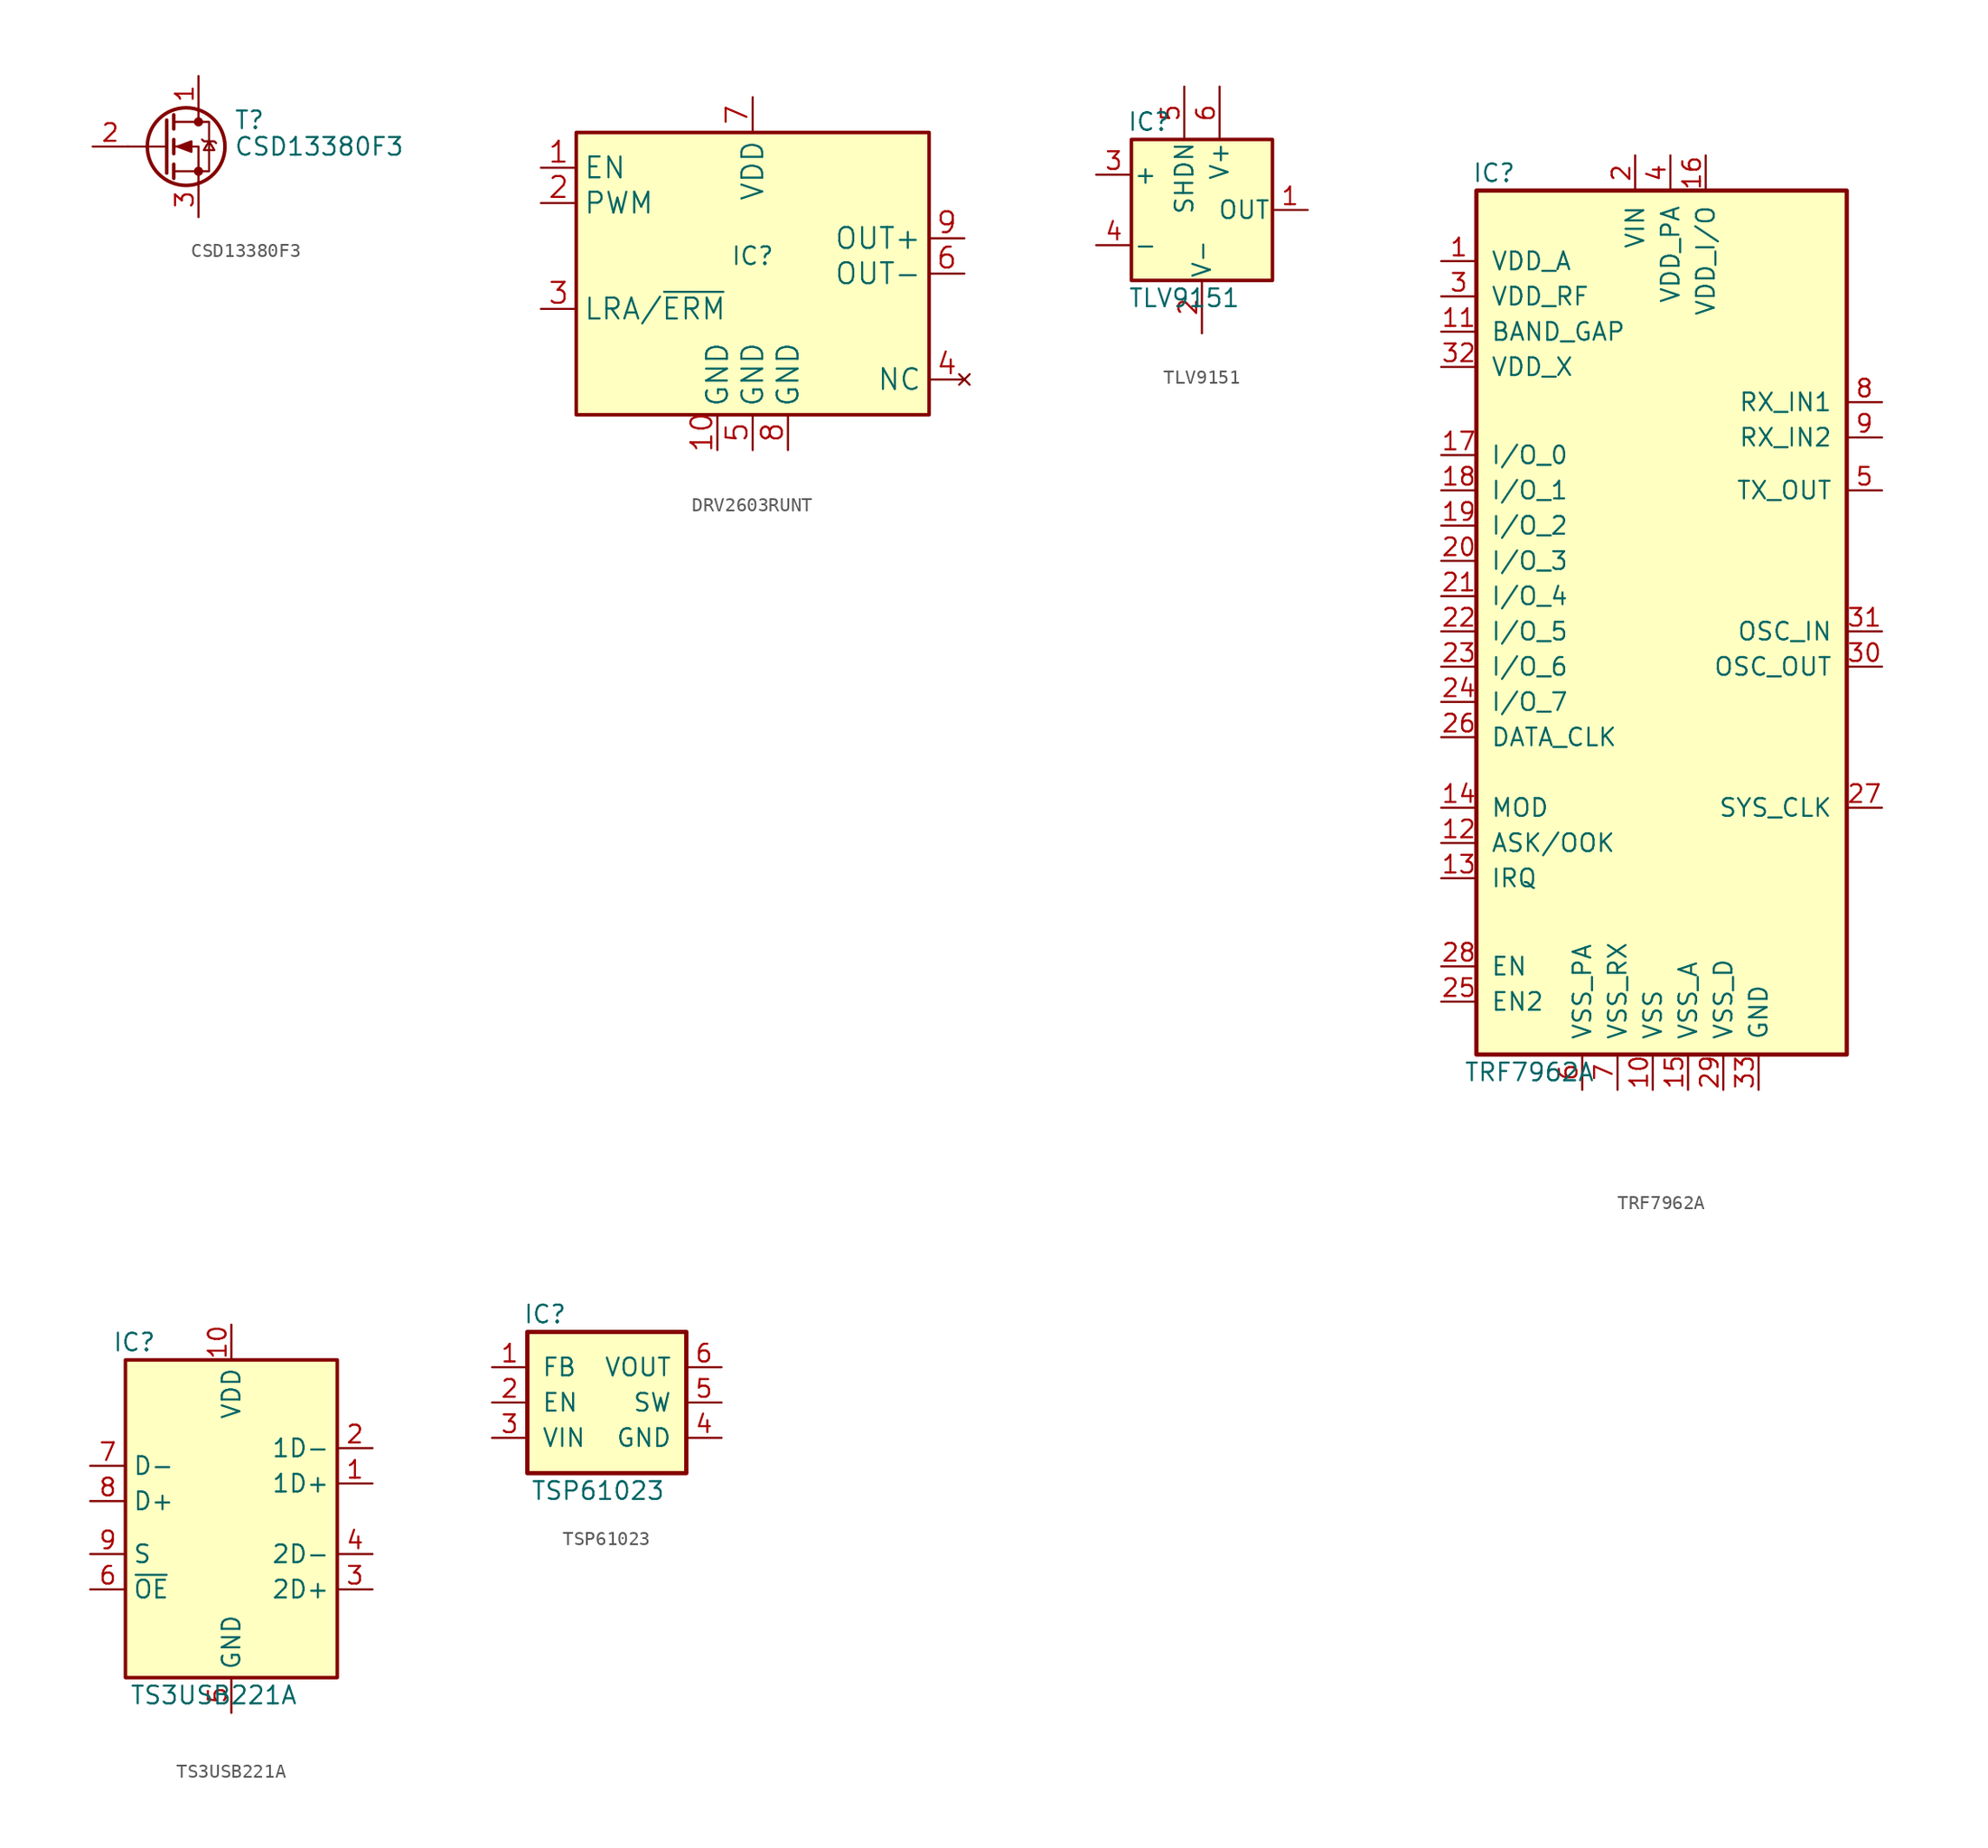
<source format=kicad_sym>
(kicad_symbol_lib
  (version 20220914)
  (generator kicad_symbol_editor)
  (symbol "CSD13380F3"
    (pin_names hide)
    (property "Reference" "T"
      (at 5.08 1.905 0)
      (effects (font (size 1.27 1.27)) (justify left)))
    (property "Value" "CSD13380F3"
      (at 5.08 0 0)
      (effects (font (size 1.27 1.27)) (justify left)))
    (symbol "CSD13380F3_0_1"
      (polyline (pts (xy 0.254 0) (xy -2.54 0)) (stroke (width 0) (type solid)) (fill (type none)))
      (polyline (pts (xy 0.254 1.905) (xy 0.254 -1.905)) (stroke (width 0.254) (type solid)) (fill (type none)))
      (polyline (pts (xy 0.762 -1.27) (xy 0.762 -2.286)) (stroke (width 0.254) (type solid)) (fill (type none)))
      (polyline (pts (xy 0.762 0.508) (xy 0.762 -0.508)) (stroke (width 0.254) (type solid)) (fill (type none)))
      (polyline (pts (xy 0.762 2.286) (xy 0.762 1.27)) (stroke (width 0.254) (type solid)) (fill (type none)))
      (polyline (pts (xy 2.54 2.54) (xy 2.54 1.778)) (stroke (width 0) (type solid)) (fill (type none)))
      (polyline (pts (xy 2.54 -2.54) (xy 2.54 0) (xy 0.762 0)) (stroke (width 0) (type solid)) (fill (type none)))
      (polyline (pts (xy 0.762 -1.778) (xy 3.302 -1.778) (xy 3.302 1.778) (xy 0.762 1.778)) (stroke (width 0) (type solid)) (fill (type none)))
      (polyline (pts (xy 1.016 0) (xy 2.032 0.381) (xy 2.032 -0.381) (xy 1.016 0)) (stroke (width 0) (type solid)) (fill (type outline)))
      (polyline (pts (xy 2.794 0.508) (xy 2.921 0.381) (xy 3.683 0.381) (xy 3.81 0.254)) (stroke (width 0) (type solid)) (fill (type none)))
      (polyline (pts (xy 3.302 0.381) (xy 2.921 -0.254) (xy 3.683 -0.254) (xy 3.302 0.381)) (stroke (width 0) (type solid)) (fill (type none)))
      (circle (center 1.651 0) (radius 2.794) (stroke (width 0.254) (type solid)) (fill (type none)))
      (circle (center 2.54 -1.778) (radius 0.254) (stroke (width 0) (type solid)) (fill (type outline)))
      (circle (center 2.54 1.778) (radius 0.254) (stroke (width 0) (type solid)) (fill (type outline))))
    (symbol "CSD13380F3_1_1"
      (pin passive line (at 2.54 5.08 270) (length 2.54) (name "D" (effects (font (size 1.27 1.27)))) (number "1" (effects (font (size 1.27 1.27)))))
      (pin passive line (at -5.08 0 0) (length 2.54) (name "G" (effects (font (size 1.27 1.27)))) (number "2" (effects (font (size 1.27 1.27)))))
      (pin passive line (at 2.54 -5.08 90) (length 2.54) (name "S" (effects (font (size 1.27 1.27)))) (number "3" (effects (font (size 1.27 1.27)))))))
  (symbol "DRV2603RUNT"
    (property "Reference" "IC"
      (at 0 0 0)
      (effects (font (size 1.27 1.27))))
    (property "Value" ""
      (at 0 0 0)
      (effects (font (size 1.27 1.27))))
    (symbol "DRV2603RUNT_1_1"
      (rectangle (start -12.7 8.89) (end 12.7 -11.43) (stroke (width 0.254) (type default)) (fill (type background)))
      (pin input line (at -15.24 6.35 0) (length 2.54) (name "EN" (effects (font (size 1.499 1.499)))) (number "1" (effects (font (size 1.499 1.499)))))
      (pin power_in line (at -2.54 -13.97 90) (length 2.54) (name "GND" (effects (font (size 1.499 1.499)))) (number "10" (effects (font (size 1.499 1.499)))))
      (pin input line (at -15.24 3.81 0) (length 2.54) (name "PWM" (effects (font (size 1.499 1.499)))) (number "2" (effects (font (size 1.499 1.499)))))
      (pin input line (at -15.24 -3.81 0) (length 2.54) (name "LRA/~{ERM}" (effects (font (size 1.499 1.499)))) (number "3" (effects (font (size 1.499 1.499)))))
      (pin no_connect line (at 15.24 -8.89 180) (length 2.54) (name "NC" (effects (font (size 1.499 1.499)))) (number "4" (effects (font (size 1.499 1.499)))))
      (pin power_in line (at 0 -13.97 90) (length 2.54) (name "GND" (effects (font (size 1.499 1.499)))) (number "5" (effects (font (size 1.499 1.499)))))
      (pin output line (at 15.24 -1.27 180) (length 2.54) (name "OUT-" (effects (font (size 1.499 1.499)))) (number "6" (effects (font (size 1.499 1.499)))))
      (pin power_in line (at 0 11.43 270) (length 2.54) (name "VDD" (effects (font (size 1.499 1.499)))) (number "7" (effects (font (size 1.499 1.499)))))
      (pin power_in line (at 2.54 -13.97 90) (length 2.54) (name "GND" (effects (font (size 1.499 1.499)))) (number "8" (effects (font (size 1.499 1.499)))))
      (pin output line (at 15.24 1.27 180) (length 2.54) (name "OUT+" (effects (font (size 1.499 1.499)))) (number "9" (effects (font (size 1.499 1.499)))))))
  (symbol "TLV9151"
    (pin_names
      (offset 0.127))
    (property "Reference" "IC"
      (at -1.27 6.35 0)
      (effects (font (size 1.27 1.27))))
    (property "Value" "TLV9151"
      (at 1.27 -6.35 0)
      (effects (font (size 1.27 1.27))))
    (symbol "TLV9151_0_1"
      (rectangle (start -2.54 5.08) (end 7.62 -5.08) (stroke (width 0.254) (type solid)) (fill (type background))))
    (symbol "TLV9151_1_1"
      (pin output line (at 10.16 0 180) (length 2.54) (name "OUT" (effects (font (size 1.27 1.27)))) (number "1" (effects (font (size 1.27 1.27)))))
      (pin power_in line (at 2.54 -8.89 90) (length 3.81) (name "V-" (effects (font (size 1.27 1.27)))) (number "2" (effects (font (size 1.27 1.27)))))
      (pin input line (at -5.08 2.54 0) (length 2.54) (name "+" (effects (font (size 1.27 1.27)))) (number "3" (effects (font (size 1.27 1.27)))))
      (pin input line (at -5.08 -2.54 0) (length 2.54) (name "-" (effects (font (size 1.27 1.27)))) (number "4" (effects (font (size 1.27 1.27)))))
      (pin input line (at 1.27 8.89 270) (length 3.81) (name "SHDN" (effects (font (size 1.27 1.27)))) (number "5" (effects (font (size 1.27 1.27)))))
      (pin power_in line (at 3.81 8.89 270) (length 3.81) (name "V+" (effects (font (size 1.27 1.27)))) (number "6" (effects (font (size 1.27 1.27)))))))
  (symbol "TRF7962A"
    (pin_names
      (offset 1.016))
    (property "Reference" "IC"
      (at -12.7 31.75 0)
      (effects (font (size 1.27 1.27))))
    (property "Value" "TRF7962A"
      (at -10.16 -33.02 0)
      (effects (font (size 1.27 1.27))))
    (symbol "TRF7962A_1_1"
      (rectangle (start -13.97 -31.75) (end 12.7 30.48) (stroke (width 0.305) (type solid)) (fill (type background)))
      (pin power_out line (at -16.51 25.4 0) (length 2.54) (name "VDD_A" (effects (font (size 1.27 1.27)))) (number "1" (effects (font (size 1.27 1.27)))))
      (pin passive line (at -1.27 -34.29 90) (length 2.54) (name "VSS" (effects (font (size 1.27 1.27)))) (number "10" (effects (font (size 1.27 1.27)))))
      (pin power_out line (at -16.51 20.32 0) (length 2.54) (name "BAND_GAP" (effects (font (size 1.27 1.27)))) (number "11" (effects (font (size 1.27 1.27)))))
      (pin bidirectional line (at -16.51 -16.51 0) (length 2.54) (name "ASK/OOK" (effects (font (size 1.27 1.27)))) (number "12" (effects (font (size 1.27 1.27)))))
      (pin output line (at -16.51 -19.05 0) (length 2.54) (name "IRQ" (effects (font (size 1.27 1.27)))) (number "13" (effects (font (size 1.27 1.27)))))
      (pin bidirectional line (at -16.51 -13.97 0) (length 2.54) (name "MOD" (effects (font (size 1.27 1.27)))) (number "14" (effects (font (size 1.27 1.27)))))
      (pin passive line (at 1.27 -34.29 90) (length 2.54) (name "VSS_A" (effects (font (size 1.27 1.27)))) (number "15" (effects (font (size 1.27 1.27)))))
      (pin power_in line (at 2.54 33.02 270) (length 2.54) (name "VDD_I/O" (effects (font (size 1.27 1.27)))) (number "16" (effects (font (size 1.27 1.27)))))
      (pin bidirectional line (at -16.51 11.43 0) (length 2.54) (name "I/O_0" (effects (font (size 1.27 1.27)))) (number "17" (effects (font (size 1.27 1.27)))))
      (pin bidirectional line (at -16.51 8.89 0) (length 2.54) (name "I/O_1" (effects (font (size 1.27 1.27)))) (number "18" (effects (font (size 1.27 1.27)))))
      (pin bidirectional line (at -16.51 6.35 0) (length 2.54) (name "I/O_2" (effects (font (size 1.27 1.27)))) (number "19" (effects (font (size 1.27 1.27)))))
      (pin power_in line (at -2.54 33.02 270) (length 2.54) (name "VIN" (effects (font (size 1.27 1.27)))) (number "2" (effects (font (size 1.27 1.27)))))
      (pin bidirectional line (at -16.51 3.81 0) (length 2.54) (name "I/O_3" (effects (font (size 1.27 1.27)))) (number "20" (effects (font (size 1.27 1.27)))))
      (pin bidirectional line (at -16.51 1.27 0) (length 2.54) (name "I/O_4" (effects (font (size 1.27 1.27)))) (number "21" (effects (font (size 1.27 1.27)))))
      (pin bidirectional line (at -16.51 -1.27 0) (length 2.54) (name "I/O_5" (effects (font (size 1.27 1.27)))) (number "22" (effects (font (size 1.27 1.27)))))
      (pin bidirectional line (at -16.51 -3.81 0) (length 2.54) (name "I/O_6" (effects (font (size 1.27 1.27)))) (number "23" (effects (font (size 1.27 1.27)))))
      (pin bidirectional line (at -16.51 -6.35 0) (length 2.54) (name "I/O_7" (effects (font (size 1.27 1.27)))) (number "24" (effects (font (size 1.27 1.27)))))
      (pin input line (at -16.51 -27.94 0) (length 2.54) (name "EN2" (effects (font (size 1.27 1.27)))) (number "25" (effects (font (size 1.27 1.27)))))
      (pin input line (at -16.51 -8.89 0) (length 2.54) (name "DATA_CLK" (effects (font (size 1.27 1.27)))) (number "26" (effects (font (size 1.27 1.27)))))
      (pin output line (at 15.24 -13.97 180) (length 2.54) (name "SYS_CLK" (effects (font (size 1.27 1.27)))) (number "27" (effects (font (size 1.27 1.27)))))
      (pin input line (at -16.51 -25.4 0) (length 2.54) (name "EN" (effects (font (size 1.27 1.27)))) (number "28" (effects (font (size 1.27 1.27)))))
      (pin passive line (at 3.81 -34.29 90) (length 2.54) (name "VSS_D" (effects (font (size 1.27 1.27)))) (number "29" (effects (font (size 1.27 1.27)))))
      (pin power_out line (at -16.51 22.86 0) (length 2.54) (name "VDD_RF" (effects (font (size 1.27 1.27)))) (number "3" (effects (font (size 1.27 1.27)))))
      (pin output line (at 15.24 -3.81 180) (length 2.54) (name "OSC_OUT" (effects (font (size 1.27 1.27)))) (number "30" (effects (font (size 1.27 1.27)))))
      (pin input line (at 15.24 -1.27 180) (length 2.54) (name "OSC_IN" (effects (font (size 1.27 1.27)))) (number "31" (effects (font (size 1.27 1.27)))))
      (pin power_out line (at -16.51 17.78 0) (length 2.54) (name "VDD_X" (effects (font (size 1.27 1.27)))) (number "32" (effects (font (size 1.27 1.27)))))
      (pin passive line (at 6.35 -34.29 90) (length 2.54) (name "GND" (effects (font (size 1.27 1.27)))) (number "33" (effects (font (size 1.27 1.27)))))
      (pin input line (at 0 33.02 270) (length 2.54) (name "VDD_PA" (effects (font (size 1.27 1.27)))) (number "4" (effects (font (size 1.27 1.27)))))
      (pin output line (at 15.24 8.89 180) (length 2.54) (name "TX_OUT" (effects (font (size 1.27 1.27)))) (number "5" (effects (font (size 1.27 1.27)))))
      (pin passive line (at -6.35 -34.29 90) (length 2.54) (name "VSS_PA" (effects (font (size 1.27 1.27)))) (number "6" (effects (font (size 1.27 1.27)))))
      (pin passive line (at -3.81 -34.29 90) (length 2.54) (name "VSS_RX" (effects (font (size 1.27 1.27)))) (number "7" (effects (font (size 1.27 1.27)))))
      (pin input line (at 15.24 15.24 180) (length 2.54) (name "RX_IN1" (effects (font (size 1.27 1.27)))) (number "8" (effects (font (size 1.27 1.27)))))
      (pin input line (at 15.24 12.7 180) (length 2.54) (name "RX_IN2" (effects (font (size 1.27 1.27)))) (number "9" (effects (font (size 1.27 1.27)))))))
  (symbol "TS3USB221A"
    (property "Reference" "IC"
      (at -6.985 12.7 0)
      (effects (font (size 1.27 1.27))))
    (property "Value" "TS3USB221A"
      (at -1.27 -12.7 0)
      (effects (font (size 1.27 1.27))))
    (symbol "TS3USB221A_1_1"
      (rectangle (start -7.62 11.43) (end 7.62 -11.43) (stroke (width 0.254) (type default)) (fill (type background)))
      (pin bidirectional line (at 10.16 2.54 180) (length 2.54) (name "1D+" (effects (font (size 1.27 1.27)))) (number "1" (effects (font (size 1.27 1.27)))))
      (pin power_in line (at 0 13.97 270) (length 2.54) (name "VDD" (effects (font (size 1.27 1.27)))) (number "10" (effects (font (size 1.27 1.27)))))
      (pin bidirectional line (at 10.16 5.08 180) (length 2.54) (name "1D-" (effects (font (size 1.27 1.27)))) (number "2" (effects (font (size 1.27 1.27)))))
      (pin bidirectional line (at 10.16 -5.08 180) (length 2.54) (name "2D+" (effects (font (size 1.27 1.27)))) (number "3" (effects (font (size 1.27 1.27)))))
      (pin bidirectional line (at 10.16 -2.54 180) (length 2.54) (name "2D-" (effects (font (size 1.27 1.27)))) (number "4" (effects (font (size 1.27 1.27)))))
      (pin passive line (at 0 -13.97 90) (length 2.54) (name "GND" (effects (font (size 1.27 1.27)))) (number "5" (effects (font (size 1.27 1.27)))))
      (pin input line (at -10.16 -5.08 0) (length 2.54) (name "~{OE}" (effects (font (size 1.27 1.27)))) (number "6" (effects (font (size 1.27 1.27)))))
      (pin bidirectional line (at -10.16 3.81 0) (length 2.54) (name "D-" (effects (font (size 1.27 1.27)))) (number "7" (effects (font (size 1.27 1.27)))))
      (pin bidirectional line (at -10.16 1.27 0) (length 2.54) (name "D+" (effects (font (size 1.27 1.27)))) (number "8" (effects (font (size 1.27 1.27)))))
      (pin input line (at -10.16 -2.54 0) (length 2.54) (name "S" (effects (font (size 1.27 1.27)))) (number "9" (effects (font (size 1.27 1.27)))))))
  (symbol "TSP61023"
    (pin_names
      (offset 1.016))
    (property "Reference" "IC"
      (at -3.81 6.35 0)
      (effects (font (size 1.27 1.27))))
    (property "Value" "TSP61023"
      (at 0 -6.35 0)
      (effects (font (size 1.27 1.27))))
    (symbol "TSP61023_1_1"
      (rectangle (start -5.08 -5.08) (end 6.35 5.08) (stroke (width 0.305) (type solid)) (fill (type background)))
      (pin input line (at -7.62 2.54 0) (length 2.54) (name "FB" (effects (font (size 1.27 1.27)))) (number "1" (effects (font (size 1.27 1.27)))))
      (pin input line (at -7.62 0 0) (length 2.54) (name "EN" (effects (font (size 1.27 1.27)))) (number "2" (effects (font (size 1.27 1.27)))))
      (pin power_in line (at -7.62 -2.54 0) (length 2.54) (name "VIN" (effects (font (size 1.27 1.27)))) (number "3" (effects (font (size 1.27 1.27)))))
      (pin power_out line (at 8.89 -2.54 180) (length 2.54) (name "GND" (effects (font (size 1.27 1.27)))) (number "4" (effects (font (size 1.27 1.27)))))
      (pin output line (at 8.89 0 180) (length 2.54) (name "SW" (effects (font (size 1.27 1.27)))) (number "5" (effects (font (size 1.27 1.27)))))
      (pin power_out line (at 8.89 2.54 180) (length 2.54) (name "VOUT" (effects (font (size 1.27 1.27)))) (number "6" (effects (font (size 1.27 1.27))))))))
</source>
